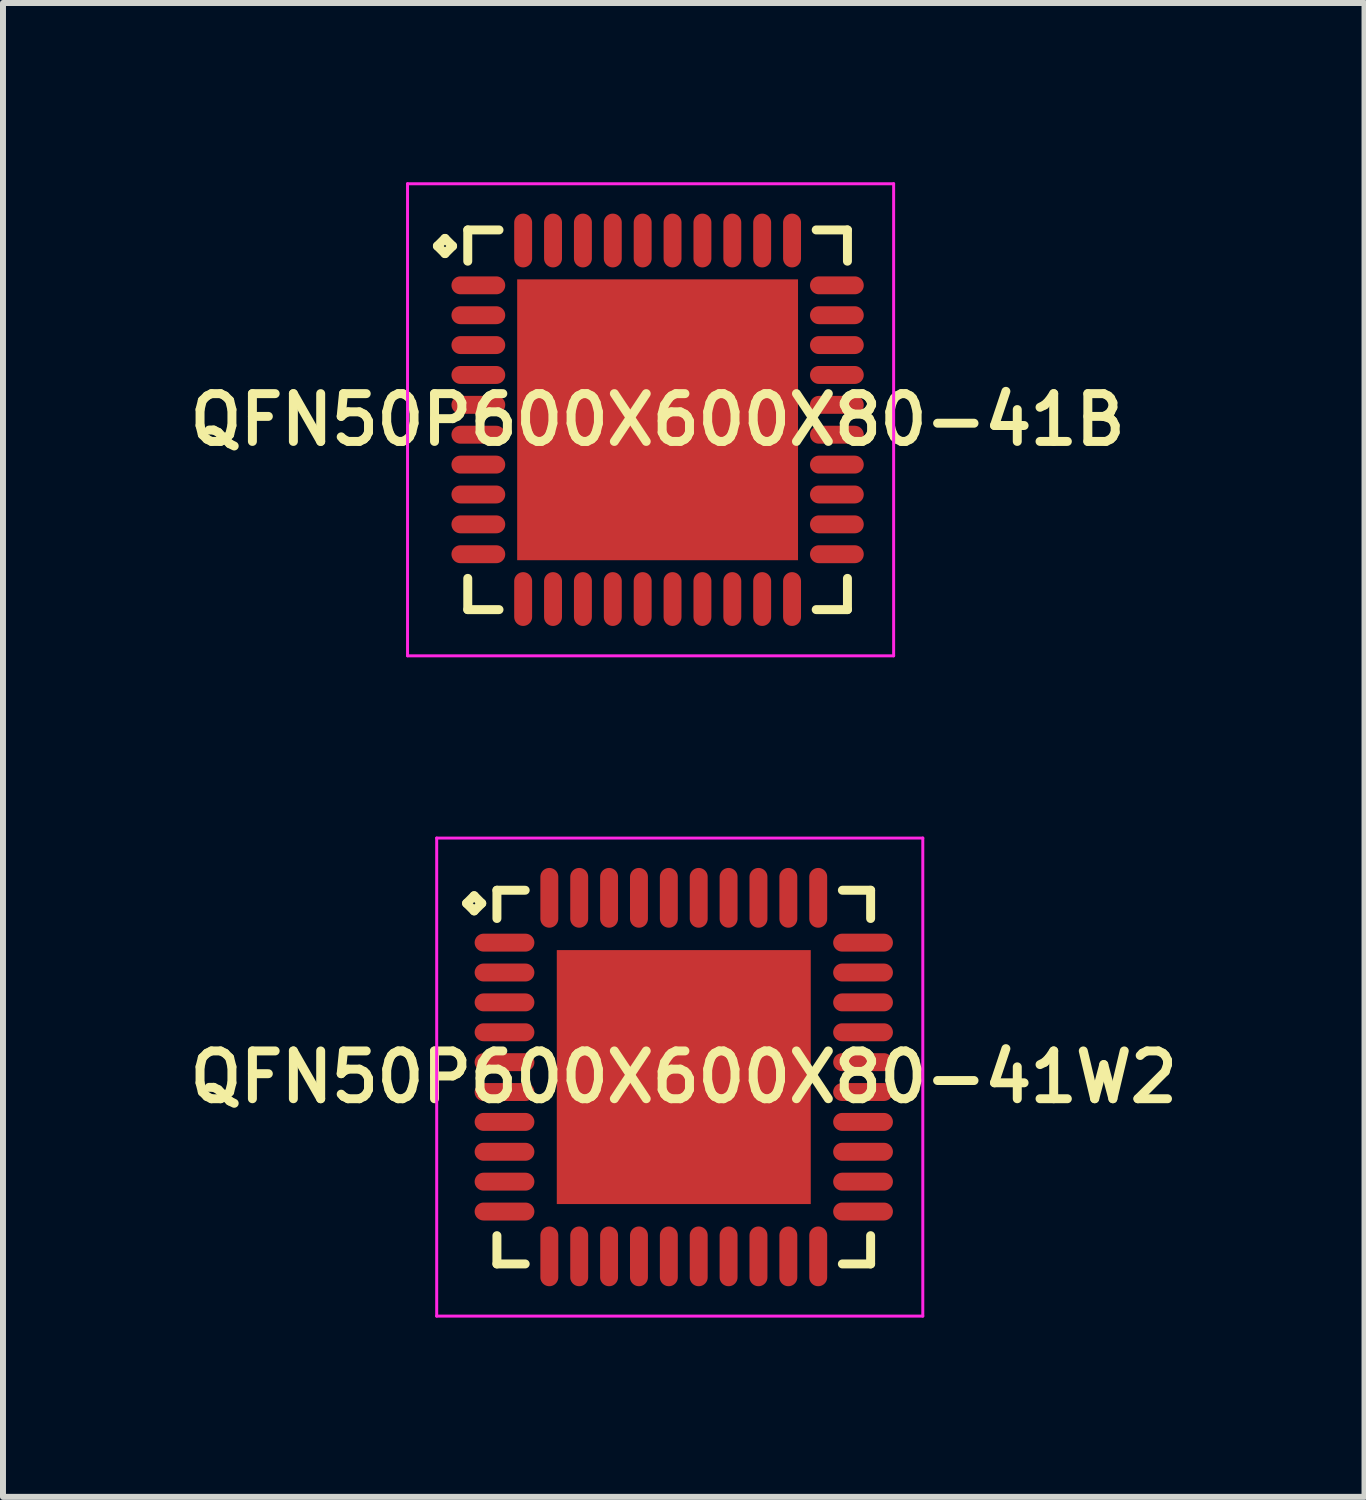
<source format=kicad_pcb>
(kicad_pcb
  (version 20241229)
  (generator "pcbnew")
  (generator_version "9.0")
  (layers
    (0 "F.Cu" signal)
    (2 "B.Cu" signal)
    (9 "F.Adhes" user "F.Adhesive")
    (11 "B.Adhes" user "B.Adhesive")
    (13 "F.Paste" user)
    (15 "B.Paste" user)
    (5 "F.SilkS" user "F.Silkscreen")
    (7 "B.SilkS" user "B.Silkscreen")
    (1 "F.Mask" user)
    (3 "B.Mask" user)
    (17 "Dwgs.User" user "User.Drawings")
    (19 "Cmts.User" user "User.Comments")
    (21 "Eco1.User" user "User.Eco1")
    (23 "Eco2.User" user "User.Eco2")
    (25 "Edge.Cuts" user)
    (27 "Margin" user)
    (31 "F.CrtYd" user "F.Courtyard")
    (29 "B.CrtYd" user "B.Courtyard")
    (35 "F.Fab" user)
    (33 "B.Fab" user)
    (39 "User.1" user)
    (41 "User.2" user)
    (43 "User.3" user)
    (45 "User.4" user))
  (footprint "QFN50P600X600X80-41B"
    (layer "F.Cu")
    (at 7.955 3.975)
    (property "Reference" "QFN50P600X600X80-41B" (at 0 0 0) (layer "F.SilkS") (effects (font (size 0.8 0.8) (thickness 0.15))))
    (attr smd)
    (fp_line (start -3.685 -2.908) (end -3.558 -3.035) (stroke (width 0.15) (type solid)) (layer "F.SilkS"))
    (fp_line (start -3.558 -3.035) (end -3.431 -2.908) (stroke (width 0.15) (type solid)) (layer "F.SilkS"))
    (fp_line (start -3.558 -2.781) (end -3.685 -2.908) (stroke (width 0.15) (type solid)) (layer "F.SilkS"))
    (fp_line (start -3.431 -2.908) (end -3.558 -2.781) (stroke (width 0.15) (type solid)) (layer "F.SilkS"))
    (fp_line (start -3.177 -3.177) (end -2.654 -3.177) (stroke (width 0.15) (type solid)) (layer "F.SilkS"))
    (fp_line (start -3.177 -2.654) (end -3.177 -3.177) (stroke (width 0.15) (type solid)) (layer "F.SilkS"))
    (fp_line (start -3.177 2.654) (end -3.177 3.177) (stroke (width 0.15) (type solid)) (layer "F.SilkS"))
    (fp_line (start -3.177 3.177) (end -2.654 3.177) (stroke (width 0.15) (type solid)) (layer "F.SilkS"))
    (fp_line (start 2.654 -3.177) (end 3.177 -3.177) (stroke (width 0.15) (type solid)) (layer "F.SilkS"))
    (fp_line (start 2.654 3.177) (end 3.177 3.177) (stroke (width 0.15) (type solid)) (layer "F.SilkS"))
    (fp_line (start 3.177 -3.177) (end 3.177 -2.654) (stroke (width 0.15) (type solid)) (layer "F.SilkS"))
    (fp_line (start 3.177 3.177) (end 3.177 2.654) (stroke (width 0.15) (type solid)) (layer "F.SilkS"))
    (fp_line (start -4.185 -3.95) (end 3.95 -3.95) (stroke (width 0.05) (type solid)) (layer "F.CrtYd"))
    (fp_line (start -4.185 3.95) (end -4.185 -3.95) (stroke (width 0.05) (type solid)) (layer "F.CrtYd"))
    (fp_line (start 3.95 -3.95) (end 3.95 3.95) (stroke (width 0.05) (type solid)) (layer "F.CrtYd"))
    (fp_line (start 3.95 3.95) (end -4.185 3.95) (stroke (width 0.05) (type solid)) (layer "F.CrtYd"))
    (pad "1" smd oval (at -3 -2.25) (size 0.9 0.3) (layers "F.Cu" "F.Mask" "F.Paste"))
    (pad "2" smd oval (at -3 -1.75) (size 0.9 0.3) (layers "F.Cu" "F.Mask" "F.Paste"))
    (pad "3" smd oval (at -3 -1.25) (size 0.9 0.3) (layers "F.Cu" "F.Mask" "F.Paste"))
    (pad "4" smd oval (at -3 -0.75) (size 0.9 0.3) (layers "F.Cu" "F.Mask" "F.Paste"))
    (pad "5" smd oval (at -3 -0.25) (size 0.9 0.3) (layers "F.Cu" "F.Mask" "F.Paste"))
    (pad "6" smd oval (at -3 0.25) (size 0.9 0.3) (layers "F.Cu" "F.Mask" "F.Paste"))
    (pad "7" smd oval (at -3 0.75) (size 0.9 0.3) (layers "F.Cu" "F.Mask" "F.Paste"))
    (pad "8" smd oval (at -3 1.25) (size 0.9 0.3) (layers "F.Cu" "F.Mask" "F.Paste"))
    (pad "9" smd oval (at -3 1.75) (size 0.9 0.3) (layers "F.Cu" "F.Mask" "F.Paste"))
    (pad "10" smd oval (at -3 2.25) (size 0.9 0.3) (layers "F.Cu" "F.Mask" "F.Paste"))
    (pad "11" smd oval (at -2.25 3) (size 0.3 0.9) (layers "F.Cu" "F.Mask" "F.Paste"))
    (pad "12" smd oval (at -1.75 3) (size 0.3 0.9) (layers "F.Cu" "F.Mask" "F.Paste"))
    (pad "13" smd oval (at -1.25 3) (size 0.3 0.9) (layers "F.Cu" "F.Mask" "F.Paste"))
    (pad "14" smd oval (at -0.75 3) (size 0.3 0.9) (layers "F.Cu" "F.Mask" "F.Paste"))
    (pad "15" smd oval (at -0.25 3) (size 0.3 0.9) (layers "F.Cu" "F.Mask" "F.Paste"))
    (pad "16" smd oval (at 0.25 3) (size 0.3 0.9) (layers "F.Cu" "F.Mask" "F.Paste"))
    (pad "17" smd oval (at 0.75 3) (size 0.3 0.9) (layers "F.Cu" "F.Mask" "F.Paste"))
    (pad "18" smd oval (at 1.25 3) (size 0.3 0.9) (layers "F.Cu" "F.Mask" "F.Paste"))
    (pad "19" smd oval (at 1.75 3) (size 0.3 0.9) (layers "F.Cu" "F.Mask" "F.Paste"))
    (pad "20" smd oval (at 2.25 3) (size 0.3 0.9) (layers "F.Cu" "F.Mask" "F.Paste"))
    (pad "21" smd oval (at 3 2.25) (size 0.9 0.3) (layers "F.Cu" "F.Mask" "F.Paste"))
    (pad "22" smd oval (at 3 1.75) (size 0.9 0.3) (layers "F.Cu" "F.Mask" "F.Paste"))
    (pad "23" smd oval (at 3 1.25) (size 0.9 0.3) (layers "F.Cu" "F.Mask" "F.Paste"))
    (pad "24" smd oval (at 3 0.75) (size 0.9 0.3) (layers "F.Cu" "F.Mask" "F.Paste"))
    (pad "25" smd oval (at 3 0.25) (size 0.9 0.3) (layers "F.Cu" "F.Mask" "F.Paste"))
    (pad "26" smd oval (at 3 -0.25) (size 0.9 0.3) (layers "F.Cu" "F.Mask" "F.Paste"))
    (pad "27" smd oval (at 3 -0.75) (size 0.9 0.3) (layers "F.Cu" "F.Mask" "F.Paste"))
    (pad "28" smd oval (at 3 -1.25) (size 0.9 0.3) (layers "F.Cu" "F.Mask" "F.Paste"))
    (pad "29" smd oval (at 3 -1.75) (size 0.9 0.3) (layers "F.Cu" "F.Mask" "F.Paste"))
    (pad "30" smd oval (at 3 -2.25) (size 0.9 0.3) (layers "F.Cu" "F.Mask" "F.Paste"))
    (pad "31" smd oval (at 2.25 -3) (size 0.3 0.9) (layers "F.Cu" "F.Mask" "F.Paste"))
    (pad "32" smd oval (at 1.75 -3) (size 0.3 0.9) (layers "F.Cu" "F.Mask" "F.Paste"))
    (pad "33" smd oval (at 1.25 -3) (size 0.3 0.9) (layers "F.Cu" "F.Mask" "F.Paste"))
    (pad "34" smd oval (at 0.75 -3) (size 0.3 0.9) (layers "F.Cu" "F.Mask" "F.Paste"))
    (pad "35" smd oval (at 0.25 -3) (size 0.3 0.9) (layers "F.Cu" "F.Mask" "F.Paste"))
    (pad "36" smd oval (at -0.25 -3) (size 0.3 0.9) (layers "F.Cu" "F.Mask" "F.Paste"))
    (pad "37" smd oval (at -0.75 -3) (size 0.3 0.9) (layers "F.Cu" "F.Mask" "F.Paste"))
    (pad "38" smd oval (at -1.25 -3) (size 0.3 0.9) (layers "F.Cu" "F.Mask" "F.Paste"))
    (pad "39" smd oval (at -1.75 -3) (size 0.3 0.9) (layers "F.Cu" "F.Mask" "F.Paste"))
    (pad "40" smd oval (at -2.25 -3) (size 0.3 0.9) (layers "F.Cu" "F.Mask" "F.Paste"))
    (pad "41" smd rect (at 0 0) (size 4.7 4.7) (layers "F.Cu" "F.Mask" "F.Paste")))
  (footprint "QFN50P600X600X80-41W2"
    (layer "F.Cu")
    (at 8.393 14.975)
    (property "Reference" "QFN50P600X600X80-41W2" (at 0 0 0) (layer "F.SilkS") (effects (font (size 0.8 0.8) (thickness 0.15))))
    (attr smd)
    (fp_line (start -3.635 -2.908) (end -3.508 -3.035) (stroke (width 0.15) (type solid)) (layer "F.SilkS"))
    (fp_line (start -3.508 -3.035) (end -3.381 -2.908) (stroke (width 0.15) (type solid)) (layer "F.SilkS"))
    (fp_line (start -3.508 -2.781) (end -3.635 -2.908) (stroke (width 0.15) (type solid)) (layer "F.SilkS"))
    (fp_line (start -3.381 -2.908) (end -3.508 -2.781) (stroke (width 0.15) (type solid)) (layer "F.SilkS"))
    (fp_line (start -3.127 -3.127) (end -2.654 -3.127) (stroke (width 0.15) (type solid)) (layer "F.SilkS"))
    (fp_line (start -3.127 -2.654) (end -3.127 -3.127) (stroke (width 0.15) (type solid)) (layer "F.SilkS"))
    (fp_line (start -3.127 2.654) (end -3.127 3.127) (stroke (width 0.15) (type solid)) (layer "F.SilkS"))
    (fp_line (start -3.127 3.127) (end -2.654 3.127) (stroke (width 0.15) (type solid)) (layer "F.SilkS"))
    (fp_line (start 2.654 -3.127) (end 3.127 -3.127) (stroke (width 0.15) (type solid)) (layer "F.SilkS"))
    (fp_line (start 2.654 3.127) (end 3.127 3.127) (stroke (width 0.15) (type solid)) (layer "F.SilkS"))
    (fp_line (start 3.127 -3.127) (end 3.127 -2.654) (stroke (width 0.15) (type solid)) (layer "F.SilkS"))
    (fp_line (start 3.127 3.127) (end 3.127 2.654) (stroke (width 0.15) (type solid)) (layer "F.SilkS"))
    (fp_line (start -4.135 -4) (end 4 -4) (stroke (width 0.05) (type solid)) (layer "F.CrtYd"))
    (fp_line (start -4.135 4) (end -4.135 -4) (stroke (width 0.05) (type solid)) (layer "F.CrtYd"))
    (fp_line (start 4 -4) (end 4 4) (stroke (width 0.05) (type solid)) (layer "F.CrtYd"))
    (fp_line (start 4 4) (end -4.135 4) (stroke (width 0.05) (type solid)) (layer "F.CrtYd"))
    (pad "1" smd oval (at -3 -2.25) (size 1 0.3) (layers "F.Cu" "F.Mask" "F.Paste"))
    (pad "2" smd oval (at -3 -1.75) (size 1 0.3) (layers "F.Cu" "F.Mask" "F.Paste"))
    (pad "3" smd oval (at -3 -1.25) (size 1 0.3) (layers "F.Cu" "F.Mask" "F.Paste"))
    (pad "4" smd oval (at -3 -0.75) (size 1 0.3) (layers "F.Cu" "F.Mask" "F.Paste"))
    (pad "5" smd oval (at -3 -0.25) (size 1 0.3) (layers "F.Cu" "F.Mask" "F.Paste"))
    (pad "6" smd oval (at -3 0.25) (size 1 0.3) (layers "F.Cu" "F.Mask" "F.Paste"))
    (pad "7" smd oval (at -3 0.75) (size 1 0.3) (layers "F.Cu" "F.Mask" "F.Paste"))
    (pad "8" smd oval (at -3 1.25) (size 1 0.3) (layers "F.Cu" "F.Mask" "F.Paste"))
    (pad "9" smd oval (at -3 1.75) (size 1 0.3) (layers "F.Cu" "F.Mask" "F.Paste"))
    (pad "10" smd oval (at -3 2.25) (size 1 0.3) (layers "F.Cu" "F.Mask" "F.Paste"))
    (pad "11" smd oval (at -2.25 3) (size 0.3 1) (layers "F.Cu" "F.Mask" "F.Paste"))
    (pad "12" smd oval (at -1.75 3) (size 0.3 1) (layers "F.Cu" "F.Mask" "F.Paste"))
    (pad "13" smd oval (at -1.25 3) (size 0.3 1) (layers "F.Cu" "F.Mask" "F.Paste"))
    (pad "14" smd oval (at -0.75 3) (size 0.3 1) (layers "F.Cu" "F.Mask" "F.Paste"))
    (pad "15" smd oval (at -0.25 3) (size 0.3 1) (layers "F.Cu" "F.Mask" "F.Paste"))
    (pad "16" smd oval (at 0.25 3) (size 0.3 1) (layers "F.Cu" "F.Mask" "F.Paste"))
    (pad "17" smd oval (at 0.75 3) (size 0.3 1) (layers "F.Cu" "F.Mask" "F.Paste"))
    (pad "18" smd oval (at 1.25 3) (size 0.3 1) (layers "F.Cu" "F.Mask" "F.Paste"))
    (pad "19" smd oval (at 1.75 3) (size 0.3 1) (layers "F.Cu" "F.Mask" "F.Paste"))
    (pad "20" smd oval (at 2.25 3) (size 0.3 1) (layers "F.Cu" "F.Mask" "F.Paste"))
    (pad "21" smd oval (at 3 2.25) (size 1 0.3) (layers "F.Cu" "F.Mask" "F.Paste"))
    (pad "22" smd oval (at 3 1.75) (size 1 0.3) (layers "F.Cu" "F.Mask" "F.Paste"))
    (pad "23" smd oval (at 3 1.25) (size 1 0.3) (layers "F.Cu" "F.Mask" "F.Paste"))
    (pad "24" smd oval (at 3 0.75) (size 1 0.3) (layers "F.Cu" "F.Mask" "F.Paste"))
    (pad "25" smd oval (at 3 0.25) (size 1 0.3) (layers "F.Cu" "F.Mask" "F.Paste"))
    (pad "26" smd oval (at 3 -0.25) (size 1 0.3) (layers "F.Cu" "F.Mask" "F.Paste"))
    (pad "27" smd oval (at 3 -0.75) (size 1 0.3) (layers "F.Cu" "F.Mask" "F.Paste"))
    (pad "28" smd oval (at 3 -1.25) (size 1 0.3) (layers "F.Cu" "F.Mask" "F.Paste"))
    (pad "29" smd oval (at 3 -1.75) (size 1 0.3) (layers "F.Cu" "F.Mask" "F.Paste"))
    (pad "30" smd oval (at 3 -2.25) (size 1 0.3) (layers "F.Cu" "F.Mask" "F.Paste"))
    (pad "31" smd oval (at 2.25 -3) (size 0.3 1) (layers "F.Cu" "F.Mask" "F.Paste"))
    (pad "32" smd oval (at 1.75 -3) (size 0.3 1) (layers "F.Cu" "F.Mask" "F.Paste"))
    (pad "33" smd oval (at 1.25 -3) (size 0.3 1) (layers "F.Cu" "F.Mask" "F.Paste"))
    (pad "34" smd oval (at 0.75 -3) (size 0.3 1) (layers "F.Cu" "F.Mask" "F.Paste"))
    (pad "35" smd oval (at 0.25 -3) (size 0.3 1) (layers "F.Cu" "F.Mask" "F.Paste"))
    (pad "36" smd oval (at -0.25 -3) (size 0.3 1) (layers "F.Cu" "F.Mask" "F.Paste"))
    (pad "37" smd oval (at -0.75 -3) (size 0.3 1) (layers "F.Cu" "F.Mask" "F.Paste"))
    (pad "38" smd oval (at -1.25 -3) (size 0.3 1) (layers "F.Cu" "F.Mask" "F.Paste"))
    (pad "39" smd oval (at -1.75 -3) (size 0.3 1) (layers "F.Cu" "F.Mask" "F.Paste"))
    (pad "40" smd oval (at -2.25 -3) (size 0.3 1) (layers "F.Cu" "F.Mask" "F.Paste"))
    (pad "41" smd rect (at 0 0) (size 4.25 4.25) (layers "F.Cu" "F.Mask" "F.Paste")))
  (gr_rect
    (start -3 -3)
    (end 19.785 22)
    (stroke (width 0.1) (type default))
    (fill no)
    (layer "Edge.Cuts")))
</source>
